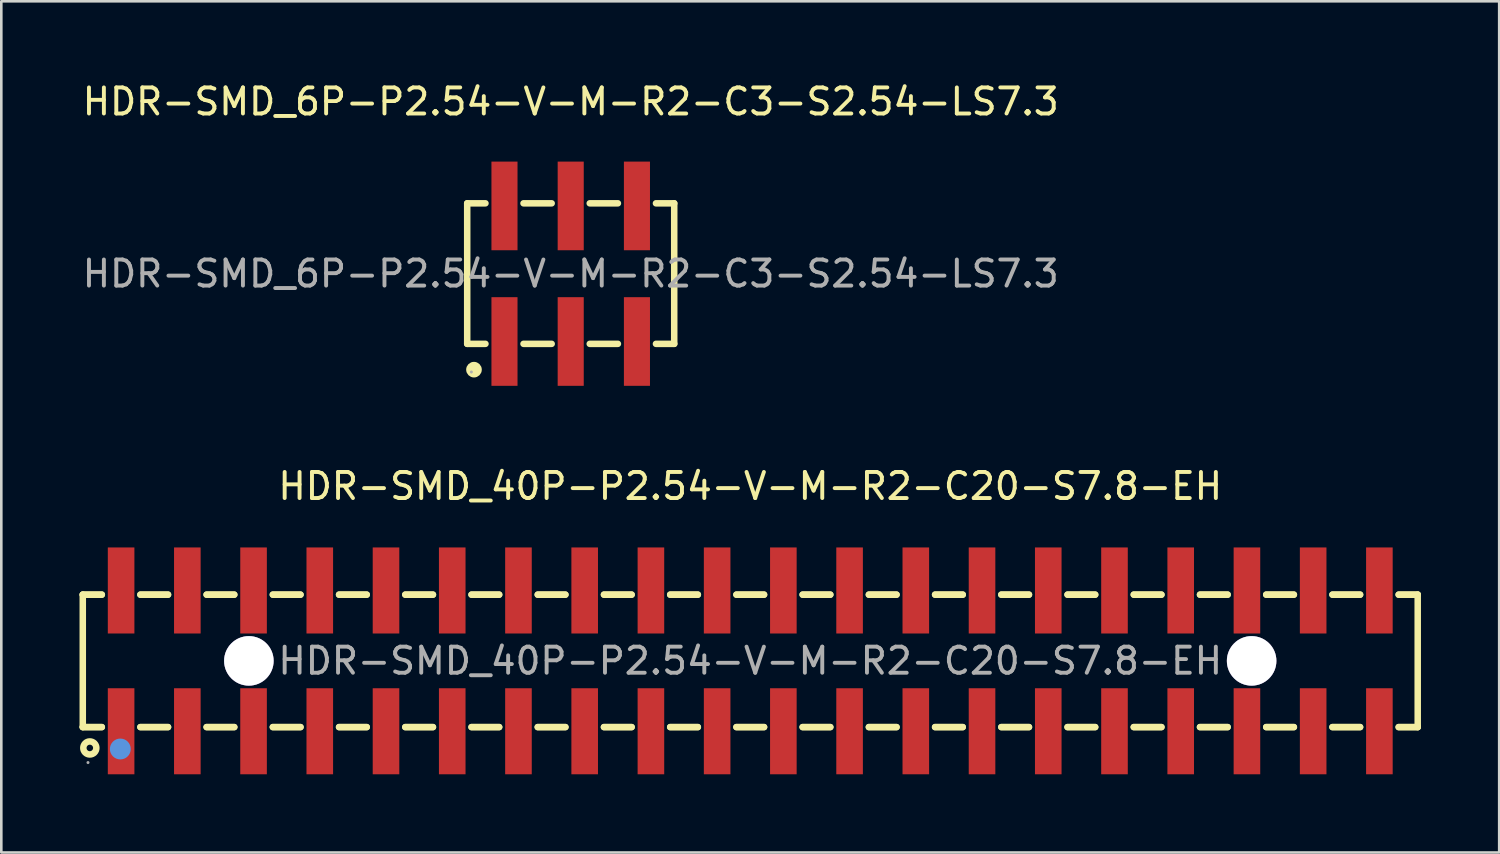
<source format=kicad_pcb>
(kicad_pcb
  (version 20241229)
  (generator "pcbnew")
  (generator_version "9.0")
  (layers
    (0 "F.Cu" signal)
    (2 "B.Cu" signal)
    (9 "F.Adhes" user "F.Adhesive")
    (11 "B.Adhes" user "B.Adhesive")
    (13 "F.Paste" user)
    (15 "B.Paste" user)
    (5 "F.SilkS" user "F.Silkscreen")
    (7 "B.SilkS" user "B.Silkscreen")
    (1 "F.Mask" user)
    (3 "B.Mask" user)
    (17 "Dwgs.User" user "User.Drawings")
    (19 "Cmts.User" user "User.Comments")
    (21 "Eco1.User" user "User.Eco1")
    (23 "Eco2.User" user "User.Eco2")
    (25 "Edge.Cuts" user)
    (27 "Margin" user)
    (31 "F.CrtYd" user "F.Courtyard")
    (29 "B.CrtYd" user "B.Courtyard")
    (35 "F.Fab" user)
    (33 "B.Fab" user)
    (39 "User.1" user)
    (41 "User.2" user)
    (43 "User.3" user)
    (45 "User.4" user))
  (footprint "HDR-SMD_40P-P2.54-V-M-R2-C20-S7.8-EH"
    (layer "F.Cu")
    (at 25.725 22.297)
    (property "Reference" "HDR-SMD_40P-P2.54-V-M-R2-C20-S7.8-EH" (at 0 -6.7 0) (layer "F.SilkS") (effects (font (size 1 1) (thickness 0.15))))
    (attr through_hole)
    (fp_line (start -25.6 -2.54) (end -25.6 2.54) (stroke (width 0.25) (type solid)) (layer "F.SilkS"))
    (fp_line (start -25.6 -2.54) (end -24.87 -2.54) (stroke (width 0.25) (type solid)) (layer "F.SilkS"))
    (fp_line (start -25.6 -2.54) (end -24.87 -2.54) (stroke (width 0.25) (type solid)) (layer "F.SilkS"))
    (fp_line (start -24.87 2.54) (end -25.6 2.54) (stroke (width 0.25) (type solid)) (layer "F.SilkS"))
    (fp_line (start -24.87 2.54) (end -25.6 2.54) (stroke (width 0.25) (type solid)) (layer "F.SilkS"))
    (fp_line (start -23.39 -2.54) (end -22.33 -2.54) (stroke (width 0.25) (type solid)) (layer "F.SilkS"))
    (fp_line (start -23.39 -2.54) (end -22.33 -2.54) (stroke (width 0.25) (type solid)) (layer "F.SilkS"))
    (fp_line (start -22.33 2.54) (end -23.39 2.54) (stroke (width 0.25) (type solid)) (layer "F.SilkS"))
    (fp_line (start -22.33 2.54) (end -23.39 2.54) (stroke (width 0.25) (type solid)) (layer "F.SilkS"))
    (fp_line (start -20.85 -2.54) (end -19.79 -2.54) (stroke (width 0.25) (type solid)) (layer "F.SilkS"))
    (fp_line (start -20.85 -2.54) (end -19.79 -2.54) (stroke (width 0.25) (type solid)) (layer "F.SilkS"))
    (fp_line (start -19.79 2.54) (end -20.85 2.54) (stroke (width 0.25) (type solid)) (layer "F.SilkS"))
    (fp_line (start -19.79 2.54) (end -20.85 2.54) (stroke (width 0.25) (type solid)) (layer "F.SilkS"))
    (fp_line (start -18.31 -2.54) (end -17.25 -2.54) (stroke (width 0.25) (type solid)) (layer "F.SilkS"))
    (fp_line (start -18.31 -2.54) (end -17.25 -2.54) (stroke (width 0.25) (type solid)) (layer "F.SilkS"))
    (fp_line (start -17.25 2.54) (end -18.31 2.54) (stroke (width 0.25) (type solid)) (layer "F.SilkS"))
    (fp_line (start -17.25 2.54) (end -18.31 2.54) (stroke (width 0.25) (type solid)) (layer "F.SilkS"))
    (fp_line (start -15.77 -2.54) (end -14.71 -2.54) (stroke (width 0.25) (type solid)) (layer "F.SilkS"))
    (fp_line (start -15.77 -2.54) (end -14.71 -2.54) (stroke (width 0.25) (type solid)) (layer "F.SilkS"))
    (fp_line (start -14.71 2.54) (end -15.77 2.54) (stroke (width 0.25) (type solid)) (layer "F.SilkS"))
    (fp_line (start -14.71 2.54) (end -15.77 2.54) (stroke (width 0.25) (type solid)) (layer "F.SilkS"))
    (fp_line (start -13.23 -2.54) (end -12.17 -2.54) (stroke (width 0.25) (type solid)) (layer "F.SilkS"))
    (fp_line (start -13.23 -2.54) (end -12.17 -2.54) (stroke (width 0.25) (type solid)) (layer "F.SilkS"))
    (fp_line (start -12.17 2.54) (end -13.23 2.54) (stroke (width 0.25) (type solid)) (layer "F.SilkS"))
    (fp_line (start -12.17 2.54) (end -13.23 2.54) (stroke (width 0.25) (type solid)) (layer "F.SilkS"))
    (fp_line (start -10.69 -2.54) (end -9.63 -2.54) (stroke (width 0.25) (type solid)) (layer "F.SilkS"))
    (fp_line (start -10.69 -2.54) (end -9.63 -2.54) (stroke (width 0.25) (type solid)) (layer "F.SilkS"))
    (fp_line (start -9.63 2.54) (end -10.69 2.54) (stroke (width 0.25) (type solid)) (layer "F.SilkS"))
    (fp_line (start -9.63 2.54) (end -10.69 2.54) (stroke (width 0.25) (type solid)) (layer "F.SilkS"))
    (fp_line (start -8.15 -2.54) (end -7.09 -2.54) (stroke (width 0.25) (type solid)) (layer "F.SilkS"))
    (fp_line (start -8.15 -2.54) (end -7.09 -2.54) (stroke (width 0.25) (type solid)) (layer "F.SilkS"))
    (fp_line (start -7.09 2.54) (end -8.15 2.54) (stroke (width 0.25) (type solid)) (layer "F.SilkS"))
    (fp_line (start -7.09 2.54) (end -8.15 2.54) (stroke (width 0.25) (type solid)) (layer "F.SilkS"))
    (fp_line (start -5.61 -2.54) (end -4.55 -2.54) (stroke (width 0.25) (type solid)) (layer "F.SilkS"))
    (fp_line (start -5.61 -2.54) (end -4.55 -2.54) (stroke (width 0.25) (type solid)) (layer "F.SilkS"))
    (fp_line (start -4.55 2.54) (end -5.61 2.54) (stroke (width 0.25) (type solid)) (layer "F.SilkS"))
    (fp_line (start -4.55 2.54) (end -5.61 2.54) (stroke (width 0.25) (type solid)) (layer "F.SilkS"))
    (fp_line (start -3.07 -2.54) (end -2.01 -2.54) (stroke (width 0.25) (type solid)) (layer "F.SilkS"))
    (fp_line (start -3.07 -2.54) (end -2.01 -2.54) (stroke (width 0.25) (type solid)) (layer "F.SilkS"))
    (fp_line (start -2.01 2.54) (end -3.07 2.54) (stroke (width 0.25) (type solid)) (layer "F.SilkS"))
    (fp_line (start -2.01 2.54) (end -3.07 2.54) (stroke (width 0.25) (type solid)) (layer "F.SilkS"))
    (fp_line (start -0.53 -2.54) (end 0.53 -2.54) (stroke (width 0.25) (type solid)) (layer "F.SilkS"))
    (fp_line (start -0.53 -2.54) (end 0.53 -2.54) (stroke (width 0.25) (type solid)) (layer "F.SilkS"))
    (fp_line (start 0.53 2.54) (end -0.53 2.54) (stroke (width 0.25) (type solid)) (layer "F.SilkS"))
    (fp_line (start 0.53 2.54) (end -0.53 2.54) (stroke (width 0.25) (type solid)) (layer "F.SilkS"))
    (fp_line (start 2.01 -2.54) (end 3.07 -2.54) (stroke (width 0.25) (type solid)) (layer "F.SilkS"))
    (fp_line (start 2.01 -2.54) (end 3.07 -2.54) (stroke (width 0.25) (type solid)) (layer "F.SilkS"))
    (fp_line (start 3.07 2.54) (end 2.01 2.54) (stroke (width 0.25) (type solid)) (layer "F.SilkS"))
    (fp_line (start 3.07 2.54) (end 2.01 2.54) (stroke (width 0.25) (type solid)) (layer "F.SilkS"))
    (fp_line (start 4.55 -2.54) (end 5.61 -2.54) (stroke (width 0.25) (type solid)) (layer "F.SilkS"))
    (fp_line (start 4.55 -2.54) (end 5.61 -2.54) (stroke (width 0.25) (type solid)) (layer "F.SilkS"))
    (fp_line (start 5.61 2.54) (end 4.55 2.54) (stroke (width 0.25) (type solid)) (layer "F.SilkS"))
    (fp_line (start 5.61 2.54) (end 4.55 2.54) (stroke (width 0.25) (type solid)) (layer "F.SilkS"))
    (fp_line (start 7.09 -2.54) (end 8.15 -2.54) (stroke (width 0.25) (type solid)) (layer "F.SilkS"))
    (fp_line (start 7.09 -2.54) (end 8.15 -2.54) (stroke (width 0.25) (type solid)) (layer "F.SilkS"))
    (fp_line (start 8.15 2.54) (end 7.09 2.54) (stroke (width 0.25) (type solid)) (layer "F.SilkS"))
    (fp_line (start 8.15 2.54) (end 7.09 2.54) (stroke (width 0.25) (type solid)) (layer "F.SilkS"))
    (fp_line (start 9.63 -2.54) (end 10.69 -2.54) (stroke (width 0.25) (type solid)) (layer "F.SilkS"))
    (fp_line (start 9.63 -2.54) (end 10.69 -2.54) (stroke (width 0.25) (type solid)) (layer "F.SilkS"))
    (fp_line (start 10.69 2.54) (end 9.63 2.54) (stroke (width 0.25) (type solid)) (layer "F.SilkS"))
    (fp_line (start 10.69 2.54) (end 9.63 2.54) (stroke (width 0.25) (type solid)) (layer "F.SilkS"))
    (fp_line (start 12.17 -2.54) (end 13.23 -2.54) (stroke (width 0.25) (type solid)) (layer "F.SilkS"))
    (fp_line (start 12.17 -2.54) (end 13.23 -2.54) (stroke (width 0.25) (type solid)) (layer "F.SilkS"))
    (fp_line (start 13.23 2.54) (end 12.17 2.54) (stroke (width 0.25) (type solid)) (layer "F.SilkS"))
    (fp_line (start 13.23 2.54) (end 12.17 2.54) (stroke (width 0.25) (type solid)) (layer "F.SilkS"))
    (fp_line (start 14.71 -2.54) (end 15.77 -2.54) (stroke (width 0.25) (type solid)) (layer "F.SilkS"))
    (fp_line (start 14.71 -2.54) (end 15.77 -2.54) (stroke (width 0.25) (type solid)) (layer "F.SilkS"))
    (fp_line (start 15.77 2.54) (end 14.71 2.54) (stroke (width 0.25) (type solid)) (layer "F.SilkS"))
    (fp_line (start 15.77 2.54) (end 14.71 2.54) (stroke (width 0.25) (type solid)) (layer "F.SilkS"))
    (fp_line (start 17.25 -2.54) (end 18.31 -2.54) (stroke (width 0.25) (type solid)) (layer "F.SilkS"))
    (fp_line (start 17.25 -2.54) (end 18.31 -2.54) (stroke (width 0.25) (type solid)) (layer "F.SilkS"))
    (fp_line (start 18.31 2.54) (end 17.25 2.54) (stroke (width 0.25) (type solid)) (layer "F.SilkS"))
    (fp_line (start 18.31 2.54) (end 17.25 2.54) (stroke (width 0.25) (type solid)) (layer "F.SilkS"))
    (fp_line (start 19.79 -2.54) (end 20.85 -2.54) (stroke (width 0.25) (type solid)) (layer "F.SilkS"))
    (fp_line (start 19.79 -2.54) (end 20.85 -2.54) (stroke (width 0.25) (type solid)) (layer "F.SilkS"))
    (fp_line (start 20.85 2.54) (end 19.79 2.54) (stroke (width 0.25) (type solid)) (layer "F.SilkS"))
    (fp_line (start 20.85 2.54) (end 19.79 2.54) (stroke (width 0.25) (type solid)) (layer "F.SilkS"))
    (fp_line (start 22.33 -2.54) (end 23.39 -2.54) (stroke (width 0.25) (type solid)) (layer "F.SilkS"))
    (fp_line (start 22.33 -2.54) (end 23.39 -2.54) (stroke (width 0.25) (type solid)) (layer "F.SilkS"))
    (fp_line (start 23.39 2.54) (end 22.33 2.54) (stroke (width 0.25) (type solid)) (layer "F.SilkS"))
    (fp_line (start 23.39 2.54) (end 22.33 2.54) (stroke (width 0.25) (type solid)) (layer "F.SilkS"))
    (fp_line (start 24.87 -2.54) (end 25.6 -2.54) (stroke (width 0.25) (type solid)) (layer "F.SilkS"))
    (fp_line (start 24.87 -2.54) (end 25.6 -2.54) (stroke (width 0.25) (type solid)) (layer "F.SilkS"))
    (fp_line (start 25.6 -2.54) (end 25.6 2.54) (stroke (width 0.25) (type solid)) (layer "F.SilkS"))
    (fp_line (start 25.6 2.54) (end 24.87 2.54) (stroke (width 0.25) (type solid)) (layer "F.SilkS"))
    (fp_line (start 25.6 2.54) (end 24.87 2.54) (stroke (width 0.25) (type solid)) (layer "F.SilkS"))
    (fp_circle (center -25.33 3.34) (end -25.08 3.34) (stroke (width 0.25) (type solid)) (fill no) (layer "F.SilkS"))
    (fp_circle (center -24.16 3.38) (end -23.96 3.38) (stroke (width 0.4) (type solid)) (fill no) (layer "Cmts.User"))
    (fp_circle (center -19.23 0) (end -18.85 0) (stroke (width 0.75) (type solid)) (fill no) (layer "Cmts.User"))
    (fp_circle (center 19.23 0) (end 19.61 0) (stroke (width 0.75) (type solid)) (fill no) (layer "Cmts.User"))
    (fp_circle (center -25.4 3.9) (end -25.37 3.9) (stroke (width 0.06) (type solid)) (fill no) (layer "F.Fab"))
    (fp_text user "${REFERENCE}" (at 0 0 0) (layer "F.Fab") (effects (font (size 1 1) (thickness 0.15))))
    (pad "" thru_hole circle (at -19.23 0) (size 1.9 1.9) (drill 1.9) (layers "*.Cu" "*.Mask"))
    (pad "" thru_hole circle (at 19.23 0) (size 1.9 1.9) (drill 1.9) (layers "*.Cu" "*.Mask"))
    (pad "1" smd rect (at -24.13 2.7) (size 1.02 3.3) (layers "F.Cu" "F.Mask" "F.Paste"))
    (pad "2" smd rect (at -24.13 -2.7) (size 1.02 3.3) (layers "F.Cu" "F.Mask" "F.Paste"))
    (pad "3" smd rect (at -21.59 2.7) (size 1.02 3.3) (layers "F.Cu" "F.Mask" "F.Paste"))
    (pad "4" smd rect (at -21.59 -2.7) (size 1.02 3.3) (layers "F.Cu" "F.Mask" "F.Paste"))
    (pad "5" smd rect (at -19.05 2.7 180) (size 1.02 3.3) (layers "F.Cu" "F.Mask" "F.Paste"))
    (pad "6" smd rect (at -19.05 -2.7 180) (size 1.02 3.3) (layers "F.Cu" "F.Mask" "F.Paste"))
    (pad "7" smd rect (at -16.51 2.7 180) (size 1.02 3.3) (layers "F.Cu" "F.Mask" "F.Paste"))
    (pad "8" smd rect (at -16.51 -2.7 180) (size 1.02 3.3) (layers "F.Cu" "F.Mask" "F.Paste"))
    (pad "9" smd rect (at -13.97 2.7 180) (size 1.02 3.3) (layers "F.Cu" "F.Mask" "F.Paste"))
    (pad "10" smd rect (at -13.97 -2.7 180) (size 1.02 3.3) (layers "F.Cu" "F.Mask" "F.Paste"))
    (pad "11" smd rect (at -11.43 2.7 180) (size 1.02 3.3) (layers "F.Cu" "F.Mask" "F.Paste"))
    (pad "12" smd rect (at -11.43 -2.7 180) (size 1.02 3.3) (layers "F.Cu" "F.Mask" "F.Paste"))
    (pad "13" smd rect (at -8.89 2.7 180) (size 1.02 3.3) (layers "F.Cu" "F.Mask" "F.Paste"))
    (pad "14" smd rect (at -8.89 -2.7 180) (size 1.02 3.3) (layers "F.Cu" "F.Mask" "F.Paste"))
    (pad "15" smd rect (at -6.35 2.7 180) (size 1.02 3.3) (layers "F.Cu" "F.Mask" "F.Paste"))
    (pad "16" smd rect (at -6.35 -2.7 180) (size 1.02 3.3) (layers "F.Cu" "F.Mask" "F.Paste"))
    (pad "17" smd rect (at -3.81 2.7 180) (size 1.02 3.3) (layers "F.Cu" "F.Mask" "F.Paste"))
    (pad "18" smd rect (at -3.81 -2.7 180) (size 1.02 3.3) (layers "F.Cu" "F.Mask" "F.Paste"))
    (pad "19" smd rect (at -1.27 2.7 180) (size 1.02 3.3) (layers "F.Cu" "F.Mask" "F.Paste"))
    (pad "20" smd rect (at -1.27 -2.7 180) (size 1.02 3.3) (layers "F.Cu" "F.Mask" "F.Paste"))
    (pad "21" smd rect (at 1.27 2.7 180) (size 1.02 3.3) (layers "F.Cu" "F.Mask" "F.Paste"))
    (pad "22" smd rect (at 1.27 -2.7 180) (size 1.02 3.3) (layers "F.Cu" "F.Mask" "F.Paste"))
    (pad "23" smd rect (at 3.81 2.7 180) (size 1.02 3.3) (layers "F.Cu" "F.Mask" "F.Paste"))
    (pad "24" smd rect (at 3.81 -2.7 180) (size 1.02 3.3) (layers "F.Cu" "F.Mask" "F.Paste"))
    (pad "25" smd rect (at 6.35 2.7 180) (size 1.02 3.3) (layers "F.Cu" "F.Mask" "F.Paste"))
    (pad "26" smd rect (at 6.35 -2.7 180) (size 1.02 3.3) (layers "F.Cu" "F.Mask" "F.Paste"))
    (pad "27" smd rect (at 8.89 2.7 180) (size 1.02 3.3) (layers "F.Cu" "F.Mask" "F.Paste"))
    (pad "28" smd rect (at 8.89 -2.7 180) (size 1.02 3.3) (layers "F.Cu" "F.Mask" "F.Paste"))
    (pad "29" smd rect (at 11.43 2.7 180) (size 1.02 3.3) (layers "F.Cu" "F.Mask" "F.Paste"))
    (pad "30" smd rect (at 11.43 -2.7 180) (size 1.02 3.3) (layers "F.Cu" "F.Mask" "F.Paste"))
    (pad "31" smd rect (at 13.97 2.7 180) (size 1.02 3.3) (layers "F.Cu" "F.Mask" "F.Paste"))
    (pad "32" smd rect (at 13.97 -2.7 180) (size 1.02 3.3) (layers "F.Cu" "F.Mask" "F.Paste"))
    (pad "33" smd rect (at 16.51 2.7 180) (size 1.02 3.3) (layers "F.Cu" "F.Mask" "F.Paste"))
    (pad "34" smd rect (at 16.51 -2.7 180) (size 1.02 3.3) (layers "F.Cu" "F.Mask" "F.Paste"))
    (pad "35" smd rect (at 19.05 2.7 180) (size 1.02 3.3) (layers "F.Cu" "F.Mask" "F.Paste"))
    (pad "36" smd rect (at 19.05 -2.7 180) (size 1.02 3.3) (layers "F.Cu" "F.Mask" "F.Paste"))
    (pad "37" smd rect (at 21.59 2.7 180) (size 1.02 3.3) (layers "F.Cu" "F.Mask" "F.Paste"))
    (pad "38" smd rect (at 21.59 -2.7 180) (size 1.02 3.3) (layers "F.Cu" "F.Mask" "F.Paste"))
    (pad "39" smd rect (at 24.13 2.7 180) (size 1.02 3.3) (layers "F.Cu" "F.Mask" "F.Paste"))
    (pad "40" smd rect (at 24.13 -2.7 180) (size 1.02 3.3) (layers "F.Cu" "F.Mask" "F.Paste")))
  (footprint "HDR-SMD_6P-P2.54-V-M-R2-C3-S2.54-LS7.3"
    (layer "F.Cu")
    (at 18.839 7.448)
    (property "Reference" "HDR-SMD_6P-P2.54-V-M-R2-C3-S2.54-LS7.3" (at 0 -6.6 0) (layer "F.SilkS") (effects (font (size 1 1) (thickness 0.15))))
    (attr through_hole)
    (fp_line (start -3.97 -2.7) (end -3.27 -2.7) (stroke (width 0.25) (type solid)) (layer "F.SilkS"))
    (fp_line (start -3.97 2.69) (end -3.97 -2.7) (stroke (width 0.25) (type solid)) (layer "F.SilkS"))
    (fp_line (start -3.27 2.69) (end -3.97 2.69) (stroke (width 0.25) (type solid)) (layer "F.SilkS"))
    (fp_line (start -1.81 -2.7) (end -0.73 -2.7) (stroke (width 0.25) (type solid)) (layer "F.SilkS"))
    (fp_line (start -0.73 2.69) (end -1.81 2.69) (stroke (width 0.25) (type solid)) (layer "F.SilkS"))
    (fp_line (start 0.73 -2.7) (end 1.81 -2.7) (stroke (width 0.25) (type solid)) (layer "F.SilkS"))
    (fp_line (start 1.81 2.69) (end 0.73 2.69) (stroke (width 0.25) (type solid)) (layer "F.SilkS"))
    (fp_line (start 3.27 -2.7) (end 3.97 -2.7) (stroke (width 0.25) (type solid)) (layer "F.SilkS"))
    (fp_line (start 3.97 -2.7) (end 3.97 2.69) (stroke (width 0.25) (type solid)) (layer "F.SilkS"))
    (fp_line (start 3.97 2.69) (end 3.27 2.69) (stroke (width 0.25) (type solid)) (layer "F.SilkS"))
    (fp_circle (center -3.71 3.68) (end -3.56 3.68) (stroke (width 0.3) (type solid)) (fill no) (layer "F.SilkS"))
    (fp_circle (center -3.81 3.77) (end -3.78 3.77) (stroke (width 0.06) (type solid)) (fill no) (layer "F.Fab"))
    (fp_text user "${REFERENCE}" (at 0 0 0) (layer "F.Fab") (effects (font (size 1 1) (thickness 0.15))))
    (pad "1" smd rect (at -2.54 2.6) (size 1 3.4) (layers "F.Cu" "F.Mask" "F.Paste"))
    (pad "2" smd rect (at -2.54 -2.6) (size 1 3.4) (layers "F.Cu" "F.Mask" "F.Paste"))
    (pad "3" smd rect (at 0 2.6) (size 1 3.4) (layers "F.Cu" "F.Mask" "F.Paste"))
    (pad "4" smd rect (at 0 -2.6) (size 1 3.4) (layers "F.Cu" "F.Mask" "F.Paste"))
    (pad "5" smd rect (at 2.54 2.6) (size 1 3.4) (layers "F.Cu" "F.Mask" "F.Paste"))
    (pad "6" smd rect (at 2.54 -2.6) (size 1 3.4) (layers "F.Cu" "F.Mask" "F.Paste")))
  (gr_rect
    (start -3 -3)
    (end 54.45 29.646)
    (stroke (width 0.1) (type default))
    (fill no)
    (layer "Edge.Cuts")))
</source>
